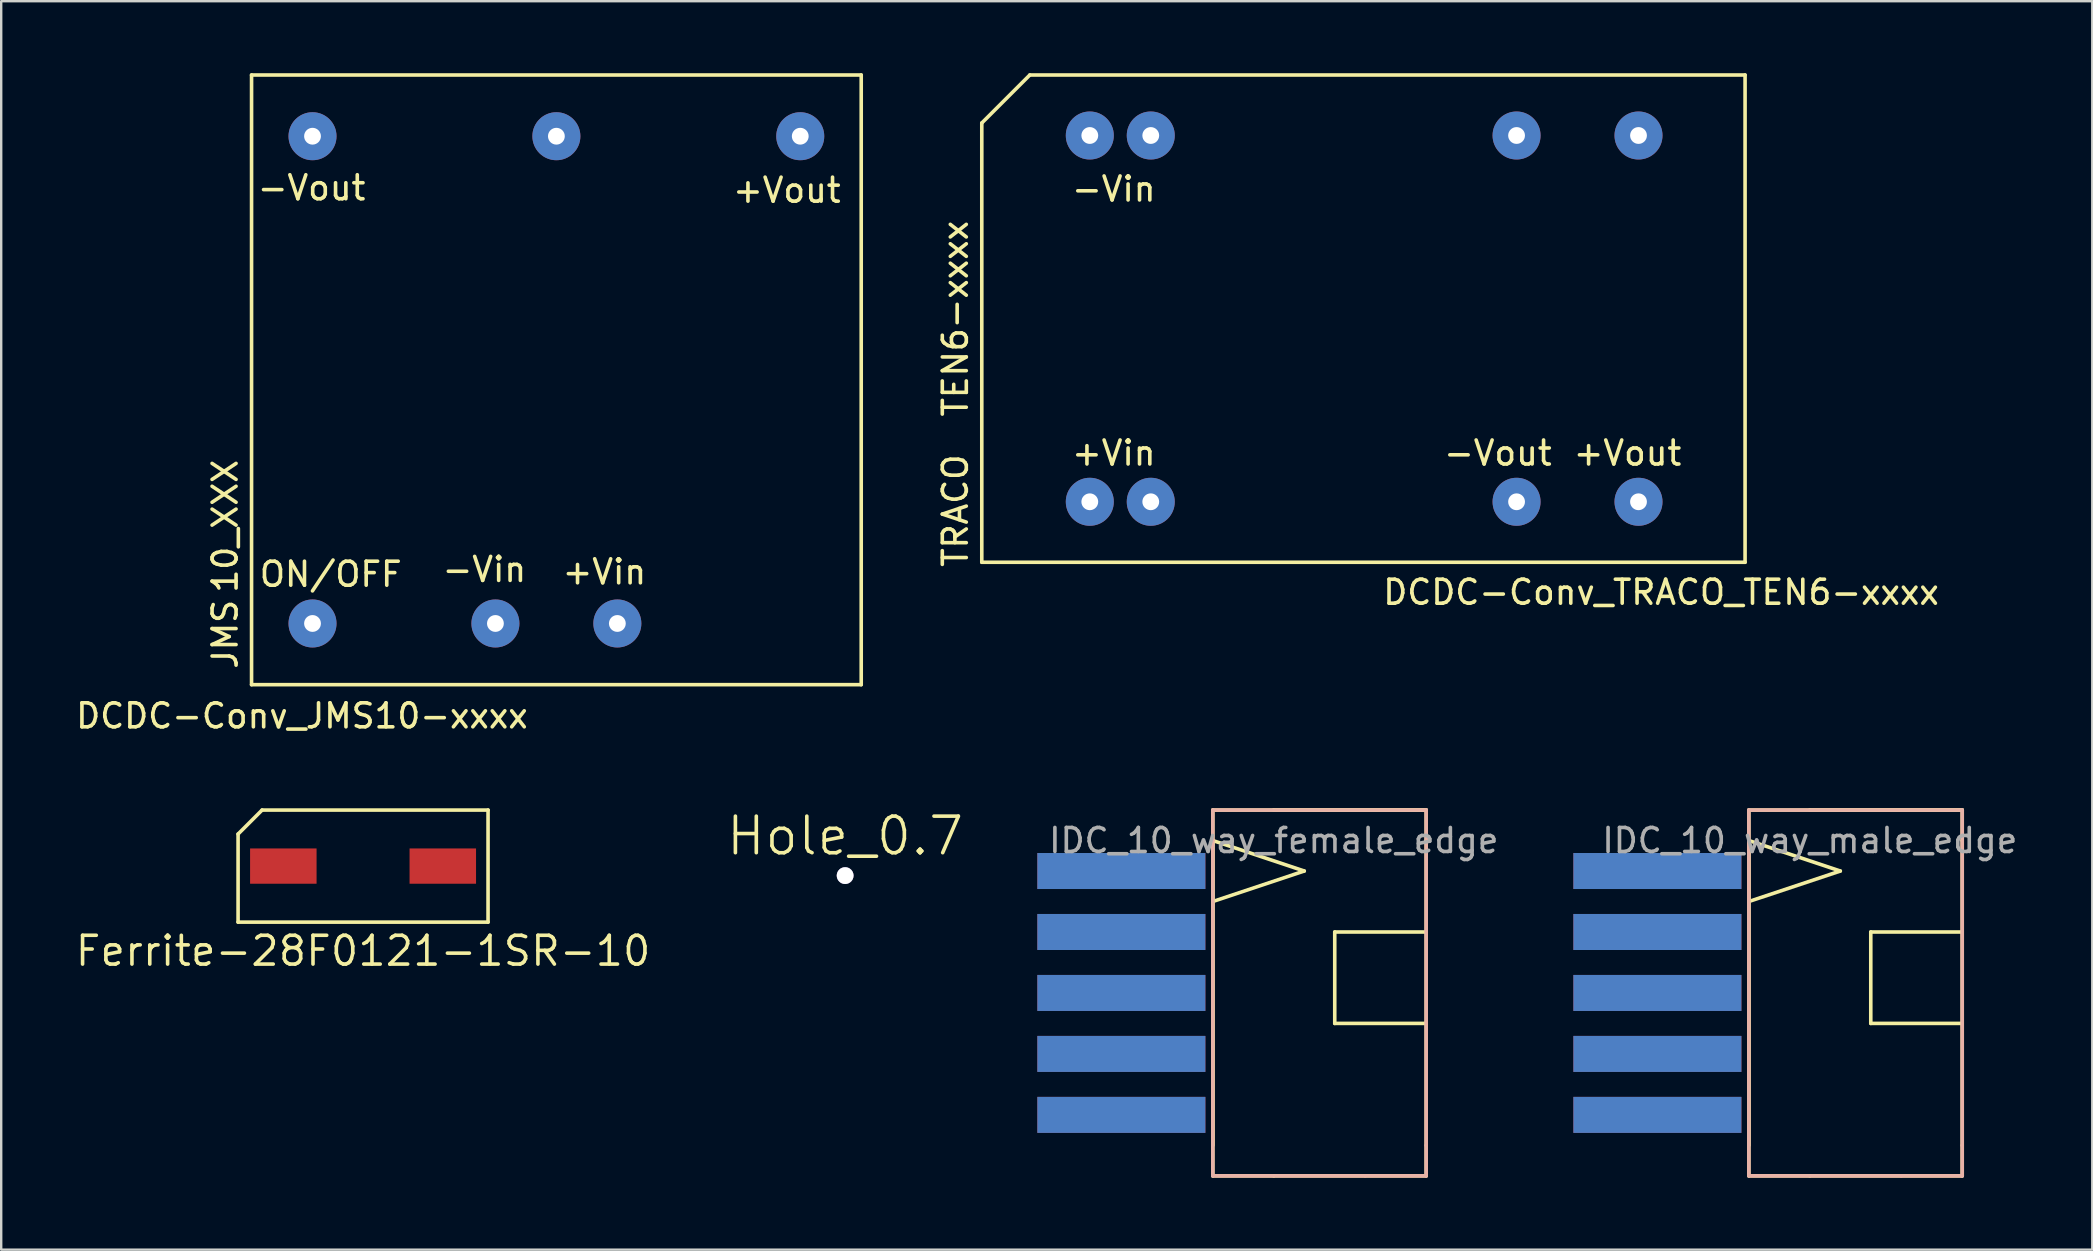
<source format=kicad_pcb>
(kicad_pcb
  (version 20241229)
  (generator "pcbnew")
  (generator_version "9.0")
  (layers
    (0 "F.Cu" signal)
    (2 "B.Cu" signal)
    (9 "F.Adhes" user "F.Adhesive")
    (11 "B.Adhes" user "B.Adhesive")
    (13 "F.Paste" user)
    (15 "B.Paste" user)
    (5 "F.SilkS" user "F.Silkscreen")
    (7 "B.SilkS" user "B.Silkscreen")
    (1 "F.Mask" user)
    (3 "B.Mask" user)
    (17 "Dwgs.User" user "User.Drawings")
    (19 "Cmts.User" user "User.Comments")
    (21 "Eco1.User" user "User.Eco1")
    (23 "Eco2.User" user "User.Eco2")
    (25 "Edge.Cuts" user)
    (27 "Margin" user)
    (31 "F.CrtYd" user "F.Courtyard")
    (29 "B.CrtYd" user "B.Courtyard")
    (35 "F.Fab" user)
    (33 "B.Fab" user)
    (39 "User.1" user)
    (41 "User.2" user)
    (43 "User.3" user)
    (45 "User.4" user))
  (footprint "IDC_10_way_male_edge"
    (layer "F.Cu")
    (at 66 33.238)
    (property "Reference" "IDC_10_way_male_edge" (at 6.35 -1.27 0) (layer "F.Fab") (effects (font (size 1 1) (thickness 0.15))))
    (attr through_hole)
    (fp_line (start 3.81 -2.54) (end 3.81 -1.27) (stroke (width 0.15) (type solid)) (layer "F.SilkS"))
    (fp_line (start 3.81 -1.27) (end 3.81 11.43) (stroke (width 0.15) (type solid)) (layer "F.SilkS"))
    (fp_line (start 3.81 -1.27) (end 3.81 12.7) (stroke (width 0.15) (type solid)) (layer "F.SilkS"))
    (fp_line (start 3.81 -1.27) (end 7.62 0) (stroke (width 0.15) (type solid)) (layer "F.SilkS"))
    (fp_line (start 3.81 12.7) (end 6.35 12.7) (stroke (width 0.15) (type solid)) (layer "F.SilkS"))
    (fp_line (start 6.35 -2.54) (end 3.81 -2.54) (stroke (width 0.15) (type solid)) (layer "F.SilkS"))
    (fp_line (start 6.35 -2.54) (end 12.7 -2.54) (stroke (width 0.15) (type solid)) (layer "F.SilkS"))
    (fp_line (start 6.35 12.7) (end 12.7 12.7) (stroke (width 0.15) (type solid)) (layer "F.SilkS"))
    (fp_line (start 7.62 0) (end 3.81 1.27) (stroke (width 0.15) (type solid)) (layer "F.SilkS"))
    (fp_line (start 8.89 2.54) (end 8.89 6.35) (stroke (width 0.15) (type solid)) (layer "F.SilkS"))
    (fp_line (start 8.89 2.54) (end 12.7 2.54) (stroke (width 0.15) (type solid)) (layer "F.SilkS"))
    (fp_line (start 8.89 6.35) (end 12.7 6.35) (stroke (width 0.15) (type solid)) (layer "F.SilkS"))
    (fp_line (start 12.7 -2.54) (end 6.35 -2.54) (stroke (width 0.15) (type solid)) (layer "F.SilkS"))
    (fp_line (start 12.7 -2.54) (end 12.7 -1.27) (stroke (width 0.15) (type solid)) (layer "F.SilkS"))
    (fp_line (start 12.7 12.7) (end 12.7 -1.27) (stroke (width 0.15) (type solid)) (layer "F.SilkS"))
    (fp_line (start 3.81 -2.54) (end 3.81 -1.27) (stroke (width 0.15) (type solid)) (layer "B.SilkS"))
    (fp_line (start 3.81 -2.54) (end 12.7 -2.54) (stroke (width 0.15) (type solid)) (layer "B.SilkS"))
    (fp_line (start 3.81 -1.27) (end 3.81 12.7) (stroke (width 0.15) (type solid)) (layer "B.SilkS"))
    (fp_line (start 10.16 12.7) (end 3.81 12.7) (stroke (width 0.15) (type solid)) (layer "B.SilkS"))
    (fp_line (start 10.16 12.7) (end 12.7 12.7) (stroke (width 0.15) (type solid)) (layer "B.SilkS"))
    (fp_line (start 12.7 11.43) (end 12.7 -2.54) (stroke (width 0.15) (type solid)) (layer "B.SilkS"))
    (fp_line (start 12.7 11.43) (end 12.7 12.7) (stroke (width 0.15) (type solid)) (layer "B.SilkS"))
    (pad "1" connect rect (at 0 0) (size 7 1.5) (layers "F.Cu" "F.Mask"))
    (pad "2" connect rect (at 0 0) (size 7 1.5) (layers "B.Cu" "B.Mask"))
    (pad "3" connect rect (at 0 2.54) (size 7 1.5) (layers "F.Cu" "F.Mask"))
    (pad "4" connect rect (at 0 2.54) (size 7 1.5) (layers "B.Cu" "B.Mask"))
    (pad "5" connect rect (at 0 5.08) (size 7 1.5) (layers "F.Cu" "F.Mask"))
    (pad "6" connect rect (at 0 5.08) (size 7 1.5) (layers "B.Cu" "B.Mask"))
    (pad "7" connect rect (at 0 7.62) (size 7 1.5) (layers "F.Cu" "F.Mask"))
    (pad "8" connect rect (at 0 7.62) (size 7 1.5) (layers "B.Cu" "B.Mask"))
    (pad "9" connect rect (at 0 10.16) (size 7 1.5) (layers "F.Cu" "F.Mask"))
    (pad "10" connect rect (at 0 10.16) (size 7 1.5) (layers "B.Cu" "B.Mask")))
  (footprint "IDC_10_way_female_edge"
    (layer "F.Cu")
    (at 43.668 33.238)
    (property "Reference" "IDC_10_way_female_edge" (at 6.35 -1.27 0) (layer "F.Fab") (effects (font (size 1 1) (thickness 0.15))))
    (attr through_hole)
    (fp_line (start 3.81 -2.54) (end 3.81 -1.27) (stroke (width 0.15) (type solid)) (layer "F.SilkS"))
    (fp_line (start 3.81 -1.27) (end 3.81 11.43) (stroke (width 0.15) (type solid)) (layer "F.SilkS"))
    (fp_line (start 3.81 -1.27) (end 3.81 12.7) (stroke (width 0.15) (type solid)) (layer "F.SilkS"))
    (fp_line (start 3.81 -1.27) (end 7.62 0) (stroke (width 0.15) (type solid)) (layer "F.SilkS"))
    (fp_line (start 3.81 12.7) (end 6.35 12.7) (stroke (width 0.15) (type solid)) (layer "F.SilkS"))
    (fp_line (start 6.35 -2.54) (end 3.81 -2.54) (stroke (width 0.15) (type solid)) (layer "F.SilkS"))
    (fp_line (start 6.35 -2.54) (end 12.7 -2.54) (stroke (width 0.15) (type solid)) (layer "F.SilkS"))
    (fp_line (start 6.35 12.7) (end 12.7 12.7) (stroke (width 0.15) (type solid)) (layer "F.SilkS"))
    (fp_line (start 7.62 0) (end 3.81 1.27) (stroke (width 0.15) (type solid)) (layer "F.SilkS"))
    (fp_line (start 8.89 2.54) (end 8.89 6.35) (stroke (width 0.15) (type solid)) (layer "F.SilkS"))
    (fp_line (start 8.89 2.54) (end 12.7 2.54) (stroke (width 0.15) (type solid)) (layer "F.SilkS"))
    (fp_line (start 8.89 6.35) (end 12.7 6.35) (stroke (width 0.15) (type solid)) (layer "F.SilkS"))
    (fp_line (start 12.7 -2.54) (end 6.35 -2.54) (stroke (width 0.15) (type solid)) (layer "F.SilkS"))
    (fp_line (start 12.7 -2.54) (end 12.7 -1.27) (stroke (width 0.15) (type solid)) (layer "F.SilkS"))
    (fp_line (start 12.7 12.7) (end 12.7 -1.27) (stroke (width 0.15) (type solid)) (layer "F.SilkS"))
    (fp_line (start 3.81 -2.54) (end 3.81 -1.27) (stroke (width 0.15) (type solid)) (layer "B.SilkS"))
    (fp_line (start 3.81 -2.54) (end 12.7 -2.54) (stroke (width 0.15) (type solid)) (layer "B.SilkS"))
    (fp_line (start 3.81 -1.27) (end 3.81 12.7) (stroke (width 0.15) (type solid)) (layer "B.SilkS"))
    (fp_line (start 10.16 12.7) (end 3.81 12.7) (stroke (width 0.15) (type solid)) (layer "B.SilkS"))
    (fp_line (start 10.16 12.7) (end 12.7 12.7) (stroke (width 0.15) (type solid)) (layer "B.SilkS"))
    (fp_line (start 12.7 11.43) (end 12.7 -2.54) (stroke (width 0.15) (type solid)) (layer "B.SilkS"))
    (fp_line (start 12.7 11.43) (end 12.7 12.7) (stroke (width 0.15) (type solid)) (layer "B.SilkS"))
    (pad "1" connect rect (at 0 0) (size 7 1.5) (layers "F.Cu" "F.Mask"))
    (pad "2" connect rect (at 0 0) (size 7 1.5) (layers "B.Cu" "B.Mask"))
    (pad "3" connect rect (at 0 2.54) (size 7 1.5) (layers "F.Cu" "F.Mask"))
    (pad "4" connect rect (at 0 2.54) (size 7 1.5) (layers "B.Cu" "B.Mask"))
    (pad "5" connect rect (at 0 5.08) (size 7 1.5) (layers "F.Cu" "F.Mask"))
    (pad "6" connect rect (at 0 5.08) (size 7 1.5) (layers "B.Cu" "B.Mask"))
    (pad "7" connect rect (at 0 7.62) (size 7 1.5) (layers "F.Cu" "F.Mask"))
    (pad "8" connect rect (at 0 7.62) (size 7 1.5) (layers "B.Cu" "B.Mask"))
    (pad "9" connect rect (at 0 10.16) (size 7 1.5) (layers "F.Cu" "F.Mask"))
    (pad "10" connect rect (at 0 10.16) (size 7 1.5) (layers "B.Cu" "B.Mask")))
  (footprint "Hole_0.7"
    (layer "F.Cu")
    (at 32.16 33.429)
    (property "Reference" "Hole_0.7" (at 0 -1.651 0) (layer "F.SilkS") (effects (font (size 1.524 1.524) (thickness 0.15))))
    (attr through_hole)
    (pad "1" thru_hole circle (at 0 0) (size 0.7 0.7) (drill 0.7) (layers "*.Cu" "*.Mask")))
  (footprint "DCDC-Conv_JMS10-xxxx"
    (layer "F.Cu")
    (at 7.43 25.475)
    (property "Reference" "DCDC-Conv_JMS10-xxxx" (at 2.1 1.3 0) (layer "F.SilkS") (effects (font (size 1 1) (thickness 0.15))))
    (attr through_hole)
    (fp_line (start 0 -25.4) (end 0 0) (stroke (width 0.15) (type solid)) (layer "F.SilkS"))
    (fp_line (start 0 -25.4) (end 25.4 -25.4) (stroke (width 0.15) (type solid)) (layer "F.SilkS"))
    (fp_line (start 25.4 -25.4) (end 25.4 0) (stroke (width 0.15) (type solid)) (layer "F.SilkS"))
    (fp_line (start 25.4 0) (end 0 0) (stroke (width 0.15) (type solid)) (layer "F.SilkS"))
    (fp_text user "JMS" (at -1.1 -2.1 90) (layer "F.SilkS") (effects (font (size 1 1) (thickness 0.15))))
    (fp_text user "10_XXX" (at -1.1 -6.6 90) (layer "F.SilkS") (effects (font (size 1 1) (thickness 0.15))))
    (fp_text user "ON/OFF" (at 3.3 -4.6 0) (layer "F.SilkS") (effects (font (size 1 1) (thickness 0.15))))
    (fp_text user "+Vin" (at 14.7 -4.7 180) (layer "F.SilkS") (effects (font (size 1 1) (thickness 0.15))))
    (fp_text user "+Vout" (at 22.3 -20.6 180) (layer "F.SilkS") (effects (font (size 1 1) (thickness 0.15))))
    (fp_text user "-Vin" (at 9.7 -4.8 0) (layer "F.SilkS") (effects (font (size 1 1) (thickness 0.15))))
    (fp_text user "-Vout" (at 2.5 -20.7 180) (layer "F.SilkS") (effects (font (size 1 1) (thickness 0.15))))
    (pad "1" thru_hole circle (at 15.24 -2.55) (size 2 2) (drill 0.7) (layers "*.Cu" "*.Mask"))
    (pad "2" thru_hole circle (at 10.16 -2.55) (size 2 2) (drill 0.7) (layers "*.Cu" "*.Mask"))
    (pad "3" thru_hole circle (at 22.86 -22.85) (size 2 2) (drill 0.7) (layers "*.Cu" "*.Mask"))
    (pad "4" thru_hole circle (at 12.7 -22.85) (size 2 2) (drill 0.7) (layers "*.Cu" "*.Mask"))
    (pad "5" thru_hole circle (at 2.54 -22.85) (size 2 2) (drill 0.7) (layers "*.Cu" "*.Mask"))
    (pad "6" thru_hole circle (at 2.54 -2.55) (size 2 2) (drill 0.7) (layers "*.Cu" "*.Mask")))
  (footprint "Ferrite-28F0121-1SR-10"
    (layer "F.Cu")
    (at 12.076 33.033)
    (property "Reference" "Ferrite-28F0121-1SR-10" (at 0 3.535 0) (layer "F.SilkS") (effects (font (size 1.2 1.2) (thickness 0.15))))
    (attr through_hole)
    (fp_line (start -5.207 -1.335) (end -5.207 2.335) (stroke (width 0.15) (type solid)) (layer "F.SilkS"))
    (fp_line (start -5.207 2.335) (end 5.207 2.335) (stroke (width 0.15) (type solid)) (layer "F.SilkS"))
    (fp_line (start -4.207 -2.335) (end -5.207 -1.335) (stroke (width 0.15) (type solid)) (layer "F.SilkS"))
    (fp_line (start 5.207 -2.335) (end -4.207 -2.335) (stroke (width 0.15) (type solid)) (layer "F.SilkS"))
    (fp_line (start 5.207 2.335) (end 5.207 -2.335) (stroke (width 0.15) (type solid)) (layer "F.SilkS"))
    (pad "1" smd rect (at -3.322 0) (size 2.77 1.47) (layers "F.Cu" "F.Mask" "F.Paste"))
    (pad "2" smd rect (at 3.322 0) (size 2.77 1.47) (layers "F.Cu" "F.Mask" "F.Paste")))
  (footprint "DCDC-Conv_TRACO_TEN6-xxxx"
    (layer "F.Cu")
    (at 53.753 10.225)
    (property "Reference" "DCDC-Conv_TRACO_TEN6-xxxx" (at 12.4 11.4 0) (layer "F.SilkS") (effects (font (size 1 1) (thickness 0.15))))
    (attr through_hole)
    (fp_line (start -15.9 -8.15) (end -15.9 10.15) (stroke (width 0.15) (type solid)) (layer "F.SilkS"))
    (fp_line (start -15.9 -8.15) (end -13.9 -10.15) (stroke (width 0.15) (type solid)) (layer "F.SilkS"))
    (fp_line (start 15.9 -10.15) (end -13.9 -10.15) (stroke (width 0.15) (type solid)) (layer "F.SilkS"))
    (fp_line (start 15.9 -10.15) (end 15.9 10.15) (stroke (width 0.15) (type solid)) (layer "F.SilkS"))
    (fp_line (start 15.9 10.15) (end -15.9 10.15) (stroke (width 0.15) (type solid)) (layer "F.SilkS"))
    (fp_text user "TRACO" (at -17 8 90) (layer "F.SilkS") (effects (font (size 1 1) (thickness 0.15))))
    (fp_text user "-Vout" (at 5.6 5.6 180) (layer "F.SilkS") (effects (font (size 1 1) (thickness 0.15))))
    (fp_text user "TEN6-xxxx" (at -17 0 90) (layer "F.SilkS") (effects (font (size 1 1) (thickness 0.15))))
    (fp_text user "+Vout" (at 11 5.6 180) (layer "F.SilkS") (effects (font (size 1 1) (thickness 0.15))))
    (fp_text user "+Vin" (at -10.4 5.6 180) (layer "F.SilkS") (effects (font (size 1 1) (thickness 0.15))))
    (fp_text user "-Vin" (at -10.4 -5.4 0) (layer "F.SilkS") (effects (font (size 1 1) (thickness 0.15))))
    (pad "2" thru_hole circle (at -11.4 -7.63) (size 2 2) (drill 0.7) (layers "*.Cu" "*.Mask"))
    (pad "3" thru_hole circle (at -8.86 -7.63) (size 2 2) (drill 0.7) (layers "*.Cu" "*.Mask"))
    (pad "9" thru_hole circle (at 6.38 -7.63) (size 2 2) (drill 0.7) (layers "*.Cu" "*.Mask"))
    (pad "11" thru_hole circle (at 11.46 -7.63) (size 2 2) (drill 0.7) (layers "*.Cu" "*.Mask"))
    (pad "14" thru_hole circle (at 11.46 7.63) (size 2 2) (drill 0.7) (layers "*.Cu" "*.Mask"))
    (pad "16" thru_hole circle (at 6.38 7.63) (size 2 2) (drill 0.7) (layers "*.Cu" "*.Mask"))
    (pad "22" thru_hole circle (at -8.86 7.63) (size 2 2) (drill 0.7) (layers "*.Cu" "*.Mask"))
    (pad "23" thru_hole circle (at -11.4 7.63) (size 2 2) (drill 0.7) (layers "*.Cu" "*.Mask")))
  (gr_rect
    (start -3 -3)
    (end 84.118 49.013)
    (stroke (width 0.1) (type default))
    (fill no)
    (layer "Edge.Cuts")))
</source>
